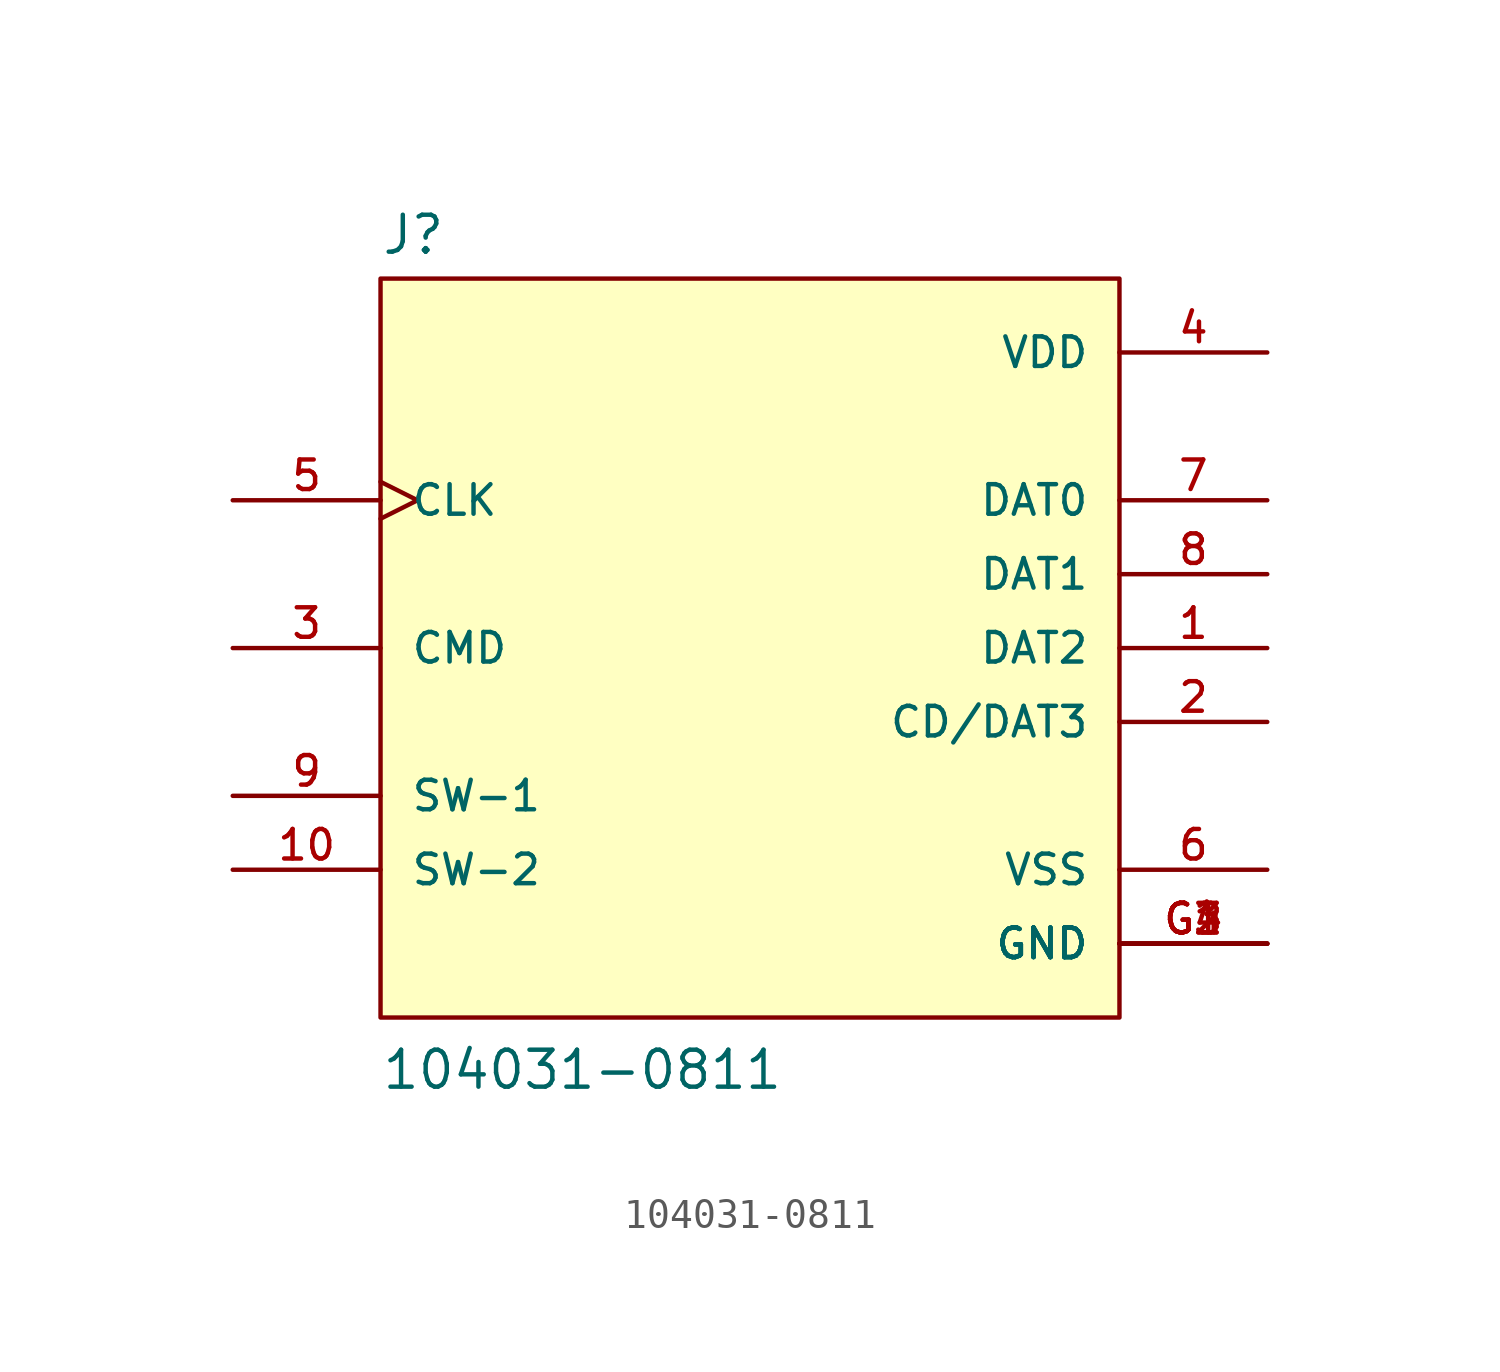
<source format=kicad_sym>
(kicad_symbol_lib
  (version 20211014)
  (generator kicad_symbol_editor)
  (symbol "104031-0811"
    (pin_names
      (offset 1.016))
    (property "Reference" "J"
      (at -12.7 13.462 0)
      (effects (font (size 1.27 1.27)) (justify bottom left)))
    (property "Value" "104031-0811"
      (at -12.7 -15.24 0)
      (effects (font (size 1.27 1.27)) (justify bottom left)))
    (symbol "104031-0811_0_0"
      (rectangle (start -12.7 -12.7) (end 12.7 12.7) (stroke (width 0.152)) (fill (type background)))
      (pin bidirectional line (at 17.78 0.0 180.0) (length 5.08) (name "DAT2" (effects (font (size 1.016 1.016)))) (number "1" (effects (font (size 1.016 1.016)))))
      (pin bidirectional line (at 17.78 -2.54 180.0) (length 5.08) (name "CD/DAT3" (effects (font (size 1.016 1.016)))) (number "2" (effects (font (size 1.016 1.016)))))
      (pin bidirectional line (at -17.78 0.0 0) (length 5.08) (name "CMD" (effects (font (size 1.016 1.016)))) (number "3" (effects (font (size 1.016 1.016)))))
      (pin power_in line (at 17.78 10.16 180.0) (length 5.08) (name "VDD" (effects (font (size 1.016 1.016)))) (number "4" (effects (font (size 1.016 1.016)))))
      (pin input clock (at -17.78 5.08 0) (length 5.08) (name "CLK" (effects (font (size 1.016 1.016)))) (number "5" (effects (font (size 1.016 1.016)))))
      (pin power_in line (at 17.78 -7.62 180.0) (length 5.08) (name "VSS" (effects (font (size 1.016 1.016)))) (number "6" (effects (font (size 1.016 1.016)))))
      (pin bidirectional line (at 17.78 5.08 180.0) (length 5.08) (name "DAT0" (effects (font (size 1.016 1.016)))) (number "7" (effects (font (size 1.016 1.016)))))
      (pin bidirectional line (at 17.78 2.54 180.0) (length 5.08) (name "DAT1" (effects (font (size 1.016 1.016)))) (number "8" (effects (font (size 1.016 1.016)))))
      (pin power_in line (at 17.78 -10.16 180.0) (length 5.08) (name "GND" (effects (font (size 1.016 1.016)))) (number "G1" (effects (font (size 1.016 1.016)))))
      (pin power_in line (at 17.78 -10.16 180.0) (length 5.08) (name "GND" (effects (font (size 1.016 1.016)))) (number "G2" (effects (font (size 1.016 1.016)))))
      (pin power_in line (at 17.78 -10.16 180.0) (length 5.08) (name "GND" (effects (font (size 1.016 1.016)))) (number "G3" (effects (font (size 1.016 1.016)))))
      (pin power_in line (at 17.78 -10.16 180.0) (length 5.08) (name "GND" (effects (font (size 1.016 1.016)))) (number "G4" (effects (font (size 1.016 1.016)))))
      (pin passive line (at -17.78 -5.08 0) (length 5.08) (name "SW-1" (effects (font (size 1.016 1.016)))) (number "9" (effects (font (size 1.016 1.016)))))
      (pin passive line (at -17.78 -7.62 0) (length 5.08) (name "SW-2" (effects (font (size 1.016 1.016)))) (number "10" (effects (font (size 1.016 1.016))))))))
</source>
